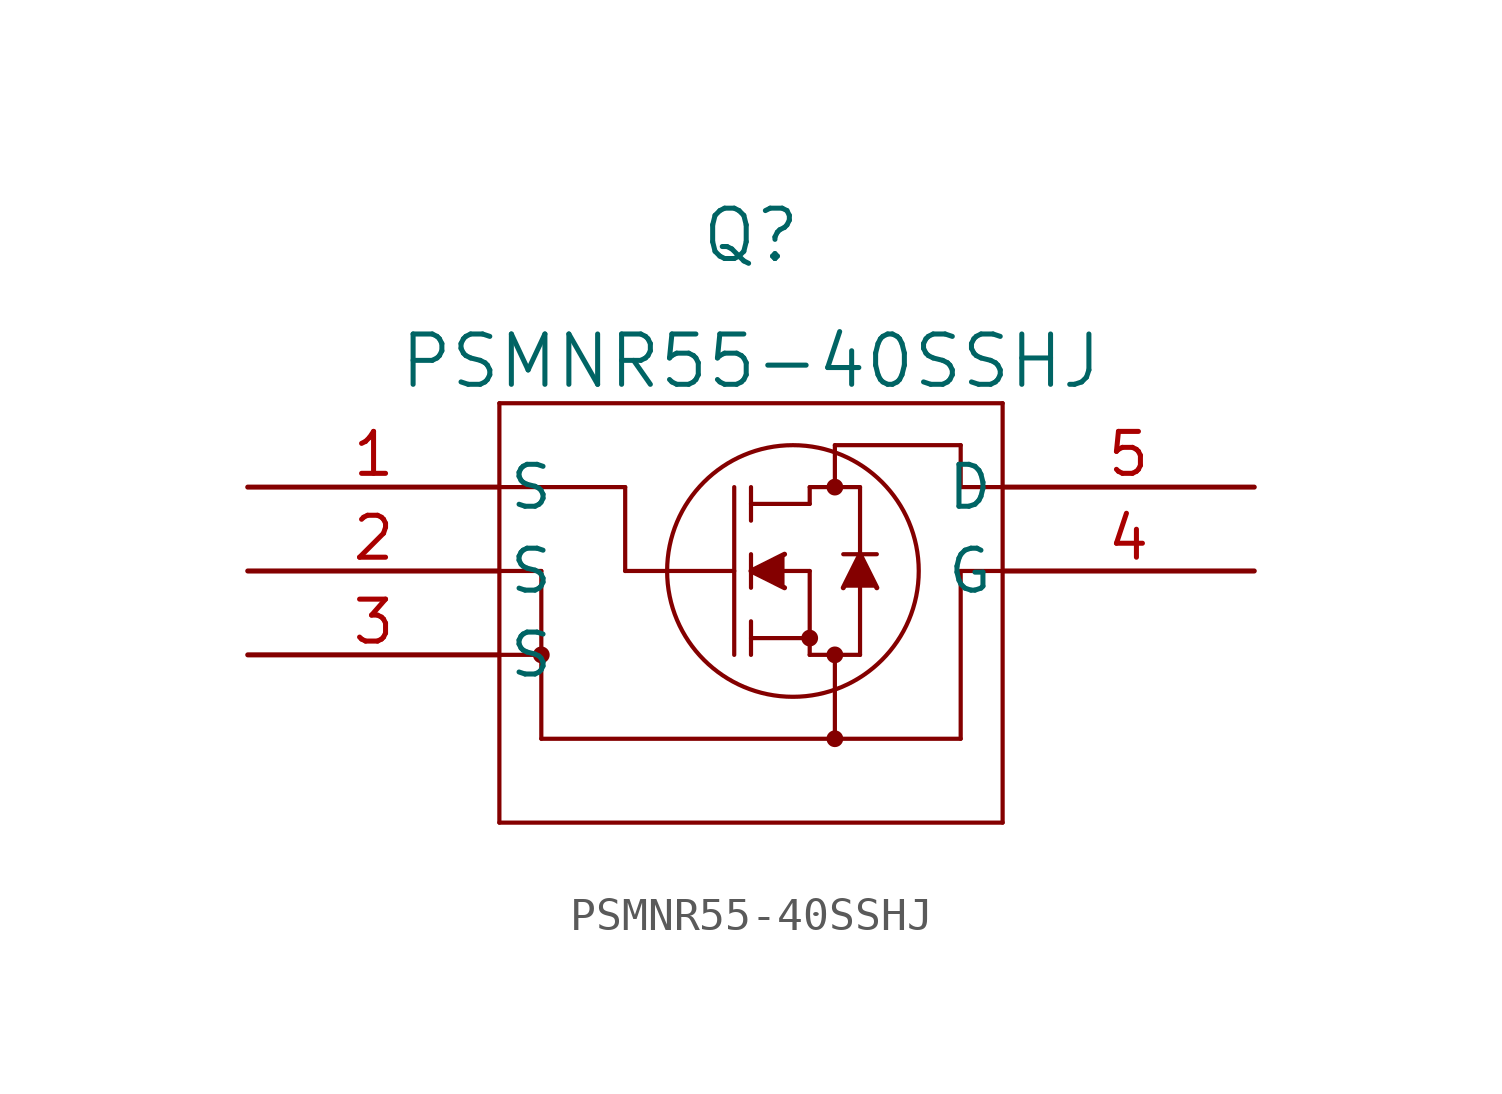
<source format=kicad_sym>
(kicad_symbol_lib
  (version 20220914)
  (generator kicad_symbol_editor)
  (symbol "PSMNR55-40SSHJ"
    (pin_names
      (offset 0.254))
    (property "Reference" "Q"
      (at 15.24 7.62 0)
      (effects (font (size 1.524 1.524))))
    (property "Value" "PSMNR55-40SSHJ"
      (at 15.24 3.81 0)
      (effects (font (size 1.524 1.524))))
    (property "ki_locked" ""
      (at 0 0 0)
      (effects (font (size 1.27 1.27))))
    (symbol "PSMNR55-40SSHJ_0_1"
      (polyline (pts (xy 7.62 -10.16) (xy 22.86 -10.16)) (stroke (width 0.127) (type default)) (fill (type none)))
      (polyline (pts (xy 7.62 2.54) (xy 7.62 -10.16)) (stroke (width 0.127) (type default)) (fill (type none)))
      (polyline (pts (xy 8.89 -7.62) (xy 8.89 -2.54)) (stroke (width 0.127) (type default)) (fill (type none)))
      (polyline (pts (xy 8.89 -5.08) (xy 7.62 -5.08)) (stroke (width 0.127) (type default)) (fill (type none)))
      (polyline (pts (xy 8.89 -2.54) (xy 7.62 -2.54)) (stroke (width 0.127) (type default)) (fill (type none)))
      (polyline (pts (xy 11.43 -2.54) (xy 11.43 0)) (stroke (width 0.127) (type default)) (fill (type none)))
      (polyline (pts (xy 11.43 -2.54) (xy 14.732 -2.54)) (stroke (width 0.127) (type default)) (fill (type none)))
      (polyline (pts (xy 11.43 0) (xy 7.62 0)) (stroke (width 0.127) (type default)) (fill (type none)))
      (polyline (pts (xy 14.732 -5.08) (xy 14.732 0)) (stroke (width 0.127) (type default)) (fill (type none)))
      (polyline (pts (xy 15.24 -5.08) (xy 15.24 -4.064)) (stroke (width 0.127) (type default)) (fill (type none)))
      (polyline (pts (xy 15.24 -4.572) (xy 17.018 -4.572)) (stroke (width 0.127) (type default)) (fill (type none)))
      (polyline (pts (xy 15.24 -3.048) (xy 15.24 -2.032)) (stroke (width 0.127) (type default)) (fill (type none)))
      (polyline (pts (xy 15.24 -2.54) (xy 17.018 -2.54)) (stroke (width 0.127) (type default)) (fill (type none)))
      (polyline (pts (xy 15.24 -1.016) (xy 15.24 0)) (stroke (width 0.127) (type default)) (fill (type none)))
      (polyline (pts (xy 15.24 -0.508) (xy 17.018 -0.508)) (stroke (width 0.127) (type default)) (fill (type none)))
      (polyline (pts (xy 17.018 -5.08) (xy 17.018 -2.54)) (stroke (width 0.127) (type default)) (fill (type none)))
      (polyline (pts (xy 17.018 -5.08) (xy 18.542 -5.08)) (stroke (width 0.127) (type default)) (fill (type none)))
      (polyline (pts (xy 17.018 -0.508) (xy 17.018 0)) (stroke (width 0.127) (type default)) (fill (type none)))
      (polyline (pts (xy 17.018 0) (xy 18.542 0)) (stroke (width 0.127) (type default)) (fill (type none)))
      (polyline (pts (xy 17.78 -7.62) (xy 17.78 -5.08)) (stroke (width 0.127) (type default)) (fill (type none)))
      (polyline (pts (xy 17.78 0) (xy 17.78 1.27)) (stroke (width 0.127) (type default)) (fill (type none)))
      (polyline (pts (xy 18.034 -2.032) (xy 19.05 -2.032)) (stroke (width 0.127) (type default)) (fill (type none)))
      (polyline (pts (xy 18.542 -5.08) (xy 18.542 -3.048)) (stroke (width 0.127) (type default)) (fill (type none)))
      (polyline (pts (xy 18.542 -2.032) (xy 18.542 0)) (stroke (width 0.127) (type default)) (fill (type none)))
      (polyline (pts (xy 21.59 -7.62) (xy 8.89 -7.62)) (stroke (width 0.127) (type default)) (fill (type none)))
      (polyline (pts (xy 21.59 -2.54) (xy 21.59 -7.62)) (stroke (width 0.127) (type default)) (fill (type none)))
      (polyline (pts (xy 21.59 -2.54) (xy 22.86 -2.54)) (stroke (width 0.127) (type default)) (fill (type none)))
      (polyline (pts (xy 21.59 0) (xy 21.59 1.27)) (stroke (width 0.127) (type default)) (fill (type none)))
      (polyline (pts (xy 21.59 0) (xy 22.86 0)) (stroke (width 0.127) (type default)) (fill (type none)))
      (polyline (pts (xy 21.59 1.27) (xy 17.78 1.27)) (stroke (width 0.127) (type default)) (fill (type none)))
      (polyline (pts (xy 22.86 -10.16) (xy 22.86 2.54)) (stroke (width 0.127) (type default)) (fill (type none)))
      (polyline (pts (xy 22.86 2.54) (xy 7.62 2.54)) (stroke (width 0.127) (type default)) (fill (type none)))
      (polyline (pts (xy 16.256 -2.032) (xy 15.24 -2.54) (xy 16.256 -3.048)) (stroke (width 0) (type default)) (fill (type outline)))
      (polyline (pts (xy 19.05 -3.048) (xy 18.542 -2.032) (xy 18.034 -3.048)) (stroke (width 0) (type default)) (fill (type outline)))
      (circle (center 8.89 -5.08) (radius 0.127) (stroke (width 0.254) (type default)) (fill (type none)))
      (circle (center 16.51 -2.54) (radius 3.81) (stroke (width 0.127) (type default)) (fill (type none)))
      (circle (center 17.018 -4.572) (radius 0.127) (stroke (width 0.254) (type default)) (fill (type none)))
      (circle (center 17.78 -7.62) (radius 0.127) (stroke (width 0.254) (type default)) (fill (type none)))
      (circle (center 17.78 -5.08) (radius 0.127) (stroke (width 0.254) (type default)) (fill (type none)))
      (circle (center 17.78 0) (radius 0.127) (stroke (width 0.254) (type default)) (fill (type none))))
    (symbol "PSMNR55-40SSHJ_1_1"
      (pin passive line (at 0 0 0) (length 7.62) (name "S" (effects (font (size 1.27 1.27)))) (number "1" (effects (font (size 1.27 1.27)))))
      (pin passive line (at 0 -2.54 0) (length 7.62) (name "S" (effects (font (size 1.27 1.27)))) (number "2" (effects (font (size 1.27 1.27)))))
      (pin passive line (at 0 -5.08 0) (length 7.62) (name "S" (effects (font (size 1.27 1.27)))) (number "3" (effects (font (size 1.27 1.27)))))
      (pin passive line (at 30.48 -2.54 180) (length 7.62) (name "G" (effects (font (size 1.27 1.27)))) (number "4" (effects (font (size 1.27 1.27)))))
      (pin passive line (at 30.48 0 180) (length 7.62) (name "D" (effects (font (size 1.27 1.27)))) (number "5" (effects (font (size 1.27 1.27))))))))
</source>
